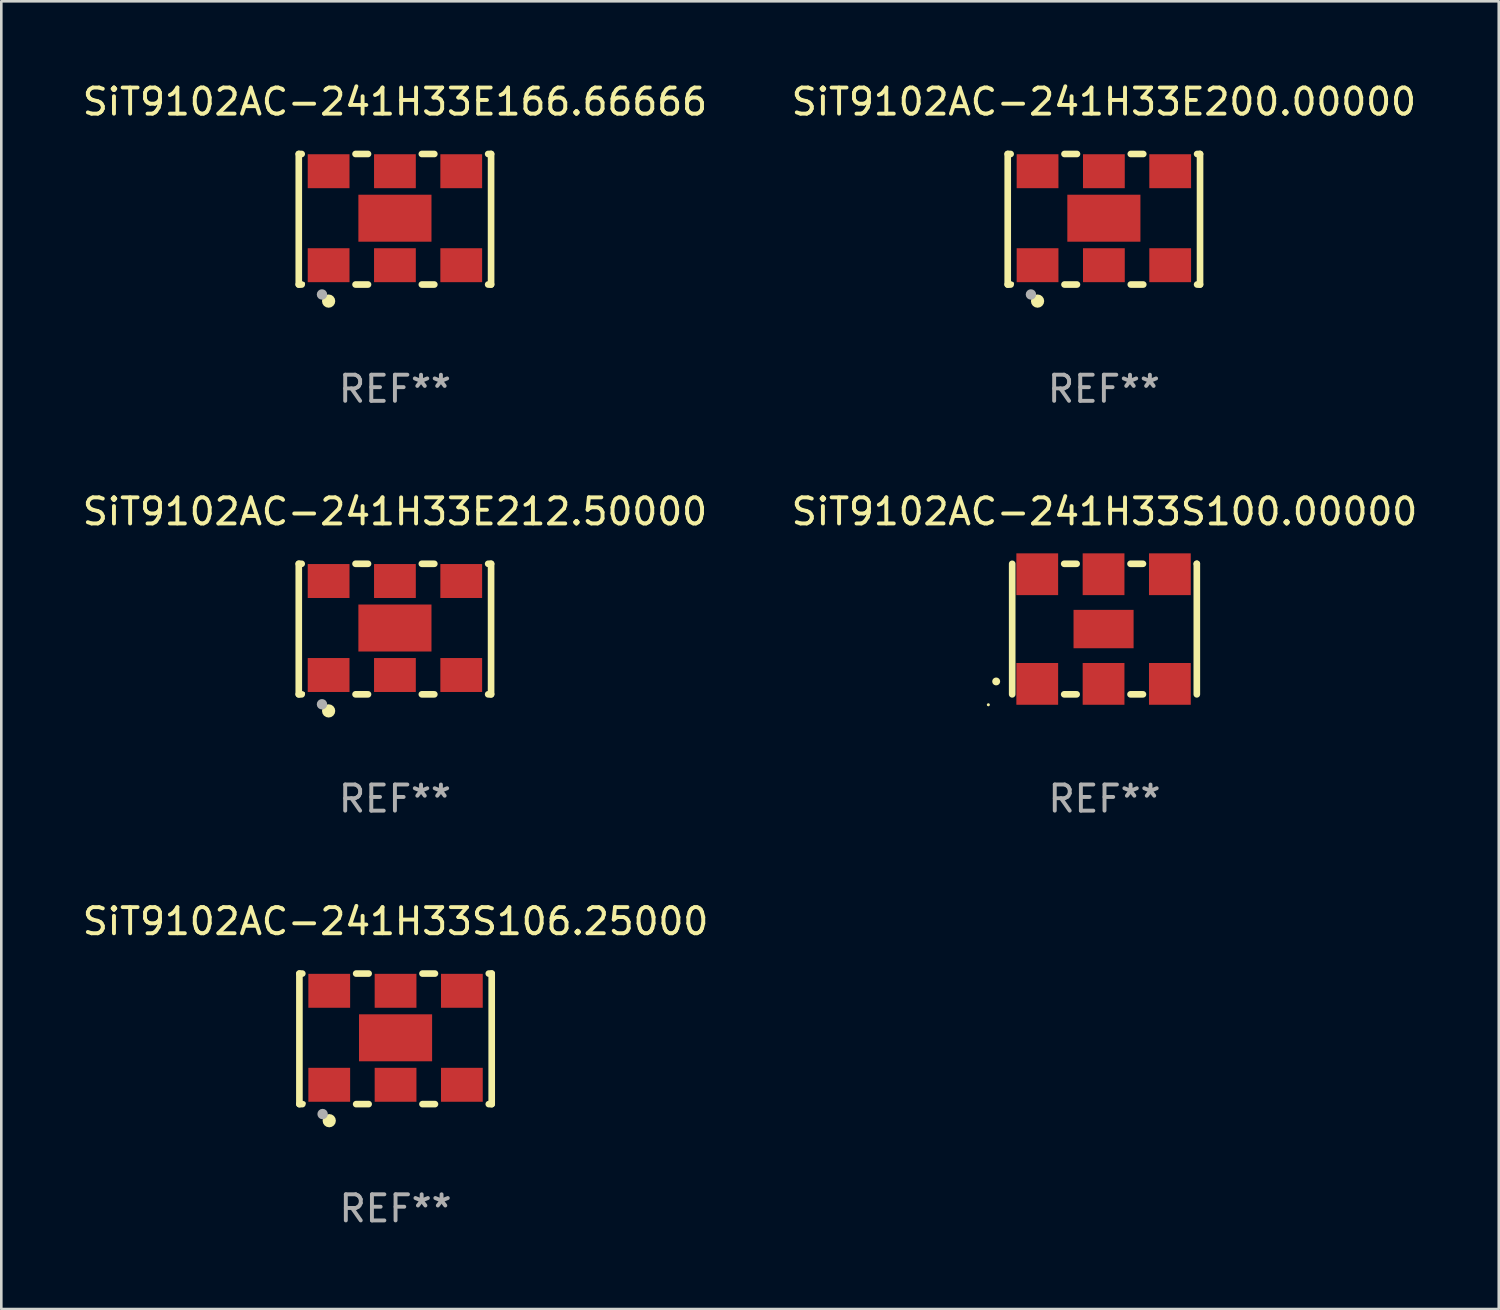
<source format=kicad_pcb>
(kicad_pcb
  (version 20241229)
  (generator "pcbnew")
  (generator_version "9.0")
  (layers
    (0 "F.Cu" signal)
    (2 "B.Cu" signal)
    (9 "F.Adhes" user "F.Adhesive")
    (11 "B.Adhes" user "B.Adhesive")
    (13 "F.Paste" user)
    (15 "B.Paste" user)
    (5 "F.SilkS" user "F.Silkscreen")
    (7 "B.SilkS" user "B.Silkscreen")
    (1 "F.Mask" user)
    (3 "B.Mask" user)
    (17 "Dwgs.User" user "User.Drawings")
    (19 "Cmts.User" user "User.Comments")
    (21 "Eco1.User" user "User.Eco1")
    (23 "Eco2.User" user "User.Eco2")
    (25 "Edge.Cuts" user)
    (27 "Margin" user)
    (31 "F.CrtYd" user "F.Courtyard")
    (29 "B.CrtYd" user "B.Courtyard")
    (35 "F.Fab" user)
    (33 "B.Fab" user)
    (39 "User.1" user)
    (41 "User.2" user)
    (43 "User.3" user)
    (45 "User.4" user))
  (footprint "SiT9102AC-241H33E200.00000"
    (layer "F.Cu")
    (at 39.232 5.348)
    (property "Reference" "SiT9102AC-241H33E200.00000" (at 0 -4.5 0) (layer "F.SilkS") (effects (font (size 1 1) (thickness 0.15))))
    (attr through_hole)
    (fp_line (start -3.683 -2.5) (end -3.571 -2.5) (stroke (width 0.254) (type solid)) (layer "F.SilkS"))
    (fp_line (start -3.683 2.5) (end -3.683 -2.5) (stroke (width 0.254) (type solid)) (layer "F.SilkS"))
    (fp_line (start -3.683 2.5) (end -3.571 2.5) (stroke (width 0.254) (type solid)) (layer "F.SilkS"))
    (fp_line (start -1.509 -2.5) (end -1.031 -2.5) (stroke (width 0.254) (type solid)) (layer "F.SilkS"))
    (fp_line (start -1.509 2.5) (end -1.031 2.5) (stroke (width 0.254) (type solid)) (layer "F.SilkS"))
    (fp_line (start 1.031 -2.5) (end 1.509 -2.5) (stroke (width 0.254) (type solid)) (layer "F.SilkS"))
    (fp_line (start 1.031 2.5) (end 1.509 2.5) (stroke (width 0.254) (type solid)) (layer "F.SilkS"))
    (fp_line (start 3.571 -2.5) (end 3.683 -2.5) (stroke (width 0.254) (type solid)) (layer "F.SilkS"))
    (fp_line (start 3.571 2.5) (end 3.683 2.5) (stroke (width 0.254) (type solid)) (layer "F.SilkS"))
    (fp_line (start 3.683 2.5) (end 3.683 -2.5) (stroke (width 0.254) (type solid)) (layer "F.SilkS"))
    (fp_circle (center -3.5 2.46) (end -3.47 2.46) (stroke (width 0.06) (type solid)) (fill no) (layer "F.SilkS"))
    (fp_circle (center -2.54 3.135) (end -2.413 3.135) (stroke (width 0.254) (type solid)) (fill no) (layer "F.SilkS"))
    (fp_circle (center -2.794 2.881) (end -2.694 2.881) (stroke (width 0.2) (type solid)) (fill no) (layer "F.Fab"))
    (fp_text user "REF**" (at 0 6.5 0) (layer "F.Fab") (effects (font (size 1 1) (thickness 0.15))))
    (pad "1" smd rect (at -2.54 1.76) (size 1.6 1.3) (layers "F.Cu" "F.Mask" "F.Paste"))
    (pad "2" smd rect (at 0 1.76) (size 1.6 1.3) (layers "F.Cu" "F.Mask" "F.Paste"))
    (pad "3" smd rect (at 2.54 1.76) (size 1.6 1.3) (layers "F.Cu" "F.Mask" "F.Paste"))
    (pad "4" smd rect (at 2.54 -1.84) (size 1.6 1.3) (layers "F.Cu" "F.Mask" "F.Paste"))
    (pad "5" smd rect (at 0 -1.84) (size 1.6 1.3) (layers "F.Cu" "F.Mask" "F.Paste"))
    (pad "6" smd rect (at -2.54 -1.84) (size 1.6 1.3) (layers "F.Cu" "F.Mask" "F.Paste"))
    (pad "7" smd rect (at 0 -0.04) (size 2.8 1.8) (layers "F.Cu" "F.Mask" "F.Paste")))
  (footprint "SiT9102AC-241H33S106.25000"
    (layer "F.Cu")
    (at 12.101 36.741)
    (property "Reference" "SiT9102AC-241H33S106.25000" (at 0 -4.5 0) (layer "F.SilkS") (effects (font (size 1 1) (thickness 0.15))))
    (attr through_hole)
    (fp_line (start -3.683 -2.5) (end -3.571 -2.5) (stroke (width 0.254) (type solid)) (layer "F.SilkS"))
    (fp_line (start -3.683 2.5) (end -3.683 -2.5) (stroke (width 0.254) (type solid)) (layer "F.SilkS"))
    (fp_line (start -3.683 2.5) (end -3.571 2.5) (stroke (width 0.254) (type solid)) (layer "F.SilkS"))
    (fp_line (start -1.509 -2.5) (end -1.031 -2.5) (stroke (width 0.254) (type solid)) (layer "F.SilkS"))
    (fp_line (start -1.509 2.5) (end -1.031 2.5) (stroke (width 0.254) (type solid)) (layer "F.SilkS"))
    (fp_line (start 1.031 -2.5) (end 1.509 -2.5) (stroke (width 0.254) (type solid)) (layer "F.SilkS"))
    (fp_line (start 1.031 2.5) (end 1.509 2.5) (stroke (width 0.254) (type solid)) (layer "F.SilkS"))
    (fp_line (start 3.571 -2.5) (end 3.683 -2.5) (stroke (width 0.254) (type solid)) (layer "F.SilkS"))
    (fp_line (start 3.571 2.5) (end 3.683 2.5) (stroke (width 0.254) (type solid)) (layer "F.SilkS"))
    (fp_line (start 3.683 2.5) (end 3.683 -2.5) (stroke (width 0.254) (type solid)) (layer "F.SilkS"))
    (fp_circle (center -3.5 2.46) (end -3.47 2.46) (stroke (width 0.06) (type solid)) (fill no) (layer "F.SilkS"))
    (fp_circle (center -2.54 3.135) (end -2.413 3.135) (stroke (width 0.254) (type solid)) (fill no) (layer "F.SilkS"))
    (fp_circle (center -2.794 2.881) (end -2.694 2.881) (stroke (width 0.2) (type solid)) (fill no) (layer "F.Fab"))
    (fp_text user "REF**" (at 0 6.5 0) (layer "F.Fab") (effects (font (size 1 1) (thickness 0.15))))
    (pad "1" smd rect (at -2.54 1.76) (size 1.6 1.3) (layers "F.Cu" "F.Mask" "F.Paste"))
    (pad "2" smd rect (at 0 1.76) (size 1.6 1.3) (layers "F.Cu" "F.Mask" "F.Paste"))
    (pad "3" smd rect (at 2.54 1.76) (size 1.6 1.3) (layers "F.Cu" "F.Mask" "F.Paste"))
    (pad "4" smd rect (at 2.54 -1.84) (size 1.6 1.3) (layers "F.Cu" "F.Mask" "F.Paste"))
    (pad "5" smd rect (at 0 -1.84) (size 1.6 1.3) (layers "F.Cu" "F.Mask" "F.Paste"))
    (pad "6" smd rect (at -2.54 -1.84) (size 1.6 1.3) (layers "F.Cu" "F.Mask" "F.Paste"))
    (pad "7" smd rect (at 0 -0.04) (size 2.8 1.8) (layers "F.Cu" "F.Mask" "F.Paste")))
  (footprint "SiT9102AC-241H33S100.00000"
    (layer "F.Cu")
    (at 39.256 21.045)
    (property "Reference" "SiT9102AC-241H33S100.00000" (at 0 -4.5 0) (layer "F.SilkS") (effects (font (size 1 1) (thickness 0.15))))
    (attr through_hole)
    (fp_line (start -3.536 -2.5) (end -3.536 2.5) (stroke (width 0.254) (type solid)) (layer "F.SilkS"))
    (fp_line (start -1.544 2.5) (end -1.067 2.5) (stroke (width 0.254) (type solid)) (layer "F.SilkS"))
    (fp_line (start -1.067 -2.5) (end -1.544 -2.5) (stroke (width 0.254) (type solid)) (layer "F.SilkS"))
    (fp_line (start 0.996 2.5) (end 1.473 2.5) (stroke (width 0.254) (type solid)) (layer "F.SilkS"))
    (fp_line (start 1.473 -2.5) (end 0.996 -2.5) (stroke (width 0.254) (type solid)) (layer "F.SilkS"))
    (fp_line (start 3.536 -2.5) (end 3.536 -2.5) (stroke (width 0.254) (type solid)) (layer "F.SilkS"))
    (fp_line (start 3.536 2.5) (end 3.536 -2.5) (stroke (width 0.254) (type solid)) (layer "F.SilkS"))
    (fp_arc (start -4.150432 2.006604) (mid -4.149162 2.006599) (end -4.147892 2.006604) (stroke (width 0.3) (type solid)) (layer "F.SilkS"))
    (fp_circle (center -4.449 2.9) (end -4.419 2.9) (stroke (width 0.06) (type solid)) (fill no) (layer "F.SilkS"))
    (fp_text user "REF**" (at 0 6.5 0) (layer "F.Fab") (effects (font (size 1 1) (thickness 0.15))))
    (pad "1" smd rect (at -2.576 2.1) (size 1.6 1.6) (layers "F.Cu" "F.Mask" "F.Paste"))
    (pad "2" smd rect (at -0.036 2.1) (size 1.6 1.6) (layers "F.Cu" "F.Mask" "F.Paste"))
    (pad "3" smd rect (at 2.504 2.1) (size 1.6 1.6) (layers "F.Cu" "F.Mask" "F.Paste"))
    (pad "4" smd rect (at 2.504 -2.1) (size 1.6 1.6) (layers "F.Cu" "F.Mask" "F.Paste"))
    (pad "5" smd rect (at -0.036 -2.1) (size 1.6 1.6) (layers "F.Cu" "F.Mask" "F.Paste"))
    (pad "6" smd rect (at -2.576 -2.1) (size 1.6 1.6) (layers "F.Cu" "F.Mask" "F.Paste"))
    (pad "7" smd rect (at -0.036 0) (size 2.3 1.47) (layers "F.Cu" "F.Mask" "F.Paste")))
  (footprint "SiT9102AC-241H33E212.50000"
    (layer "F.Cu")
    (at 12.077 21.045)
    (property "Reference" "SiT9102AC-241H33E212.50000" (at 0 -4.5 0) (layer "F.SilkS") (effects (font (size 1 1) (thickness 0.15))))
    (attr through_hole)
    (fp_line (start -3.683 -2.5) (end -3.571 -2.5) (stroke (width 0.254) (type solid)) (layer "F.SilkS"))
    (fp_line (start -3.683 2.5) (end -3.683 -2.5) (stroke (width 0.254) (type solid)) (layer "F.SilkS"))
    (fp_line (start -3.683 2.5) (end -3.571 2.5) (stroke (width 0.254) (type solid)) (layer "F.SilkS"))
    (fp_line (start -1.509 -2.5) (end -1.031 -2.5) (stroke (width 0.254) (type solid)) (layer "F.SilkS"))
    (fp_line (start -1.509 2.5) (end -1.031 2.5) (stroke (width 0.254) (type solid)) (layer "F.SilkS"))
    (fp_line (start 1.031 -2.5) (end 1.509 -2.5) (stroke (width 0.254) (type solid)) (layer "F.SilkS"))
    (fp_line (start 1.031 2.5) (end 1.509 2.5) (stroke (width 0.254) (type solid)) (layer "F.SilkS"))
    (fp_line (start 3.571 -2.5) (end 3.683 -2.5) (stroke (width 0.254) (type solid)) (layer "F.SilkS"))
    (fp_line (start 3.571 2.5) (end 3.683 2.5) (stroke (width 0.254) (type solid)) (layer "F.SilkS"))
    (fp_line (start 3.683 2.5) (end 3.683 -2.5) (stroke (width 0.254) (type solid)) (layer "F.SilkS"))
    (fp_circle (center -3.5 2.46) (end -3.47 2.46) (stroke (width 0.06) (type solid)) (fill no) (layer "F.SilkS"))
    (fp_circle (center -2.54 3.135) (end -2.413 3.135) (stroke (width 0.254) (type solid)) (fill no) (layer "F.SilkS"))
    (fp_circle (center -2.794 2.881) (end -2.694 2.881) (stroke (width 0.2) (type solid)) (fill no) (layer "F.Fab"))
    (fp_text user "REF**" (at 0 6.5 0) (layer "F.Fab") (effects (font (size 1 1) (thickness 0.15))))
    (pad "1" smd rect (at -2.54 1.76) (size 1.6 1.3) (layers "F.Cu" "F.Mask" "F.Paste"))
    (pad "2" smd rect (at 0 1.76) (size 1.6 1.3) (layers "F.Cu" "F.Mask" "F.Paste"))
    (pad "3" smd rect (at 2.54 1.76) (size 1.6 1.3) (layers "F.Cu" "F.Mask" "F.Paste"))
    (pad "4" smd rect (at 2.54 -1.84) (size 1.6 1.3) (layers "F.Cu" "F.Mask" "F.Paste"))
    (pad "5" smd rect (at 0 -1.84) (size 1.6 1.3) (layers "F.Cu" "F.Mask" "F.Paste"))
    (pad "6" smd rect (at -2.54 -1.84) (size 1.6 1.3) (layers "F.Cu" "F.Mask" "F.Paste"))
    (pad "7" smd rect (at 0 -0.04) (size 2.8 1.8) (layers "F.Cu" "F.Mask" "F.Paste")))
  (footprint "SiT9102AC-241H33E166.66666"
    (layer "F.Cu")
    (at 12.077 5.348)
    (property "Reference" "SiT9102AC-241H33E166.66666" (at 0 -4.5 0) (layer "F.SilkS") (effects (font (size 1 1) (thickness 0.15))))
    (attr through_hole)
    (fp_line (start -3.683 -2.5) (end -3.571 -2.5) (stroke (width 0.254) (type solid)) (layer "F.SilkS"))
    (fp_line (start -3.683 2.5) (end -3.683 -2.5) (stroke (width 0.254) (type solid)) (layer "F.SilkS"))
    (fp_line (start -3.683 2.5) (end -3.571 2.5) (stroke (width 0.254) (type solid)) (layer "F.SilkS"))
    (fp_line (start -1.509 -2.5) (end -1.031 -2.5) (stroke (width 0.254) (type solid)) (layer "F.SilkS"))
    (fp_line (start -1.509 2.5) (end -1.031 2.5) (stroke (width 0.254) (type solid)) (layer "F.SilkS"))
    (fp_line (start 1.031 -2.5) (end 1.509 -2.5) (stroke (width 0.254) (type solid)) (layer "F.SilkS"))
    (fp_line (start 1.031 2.5) (end 1.509 2.5) (stroke (width 0.254) (type solid)) (layer "F.SilkS"))
    (fp_line (start 3.571 -2.5) (end 3.683 -2.5) (stroke (width 0.254) (type solid)) (layer "F.SilkS"))
    (fp_line (start 3.571 2.5) (end 3.683 2.5) (stroke (width 0.254) (type solid)) (layer "F.SilkS"))
    (fp_line (start 3.683 2.5) (end 3.683 -2.5) (stroke (width 0.254) (type solid)) (layer "F.SilkS"))
    (fp_circle (center -3.5 2.46) (end -3.47 2.46) (stroke (width 0.06) (type solid)) (fill no) (layer "F.SilkS"))
    (fp_circle (center -2.54 3.135) (end -2.413 3.135) (stroke (width 0.254) (type solid)) (fill no) (layer "F.SilkS"))
    (fp_circle (center -2.794 2.881) (end -2.694 2.881) (stroke (width 0.2) (type solid)) (fill no) (layer "F.Fab"))
    (fp_text user "REF**" (at 0 6.5 0) (layer "F.Fab") (effects (font (size 1 1) (thickness 0.15))))
    (pad "1" smd rect (at -2.54 1.76) (size 1.6 1.3) (layers "F.Cu" "F.Mask" "F.Paste"))
    (pad "2" smd rect (at 0 1.76) (size 1.6 1.3) (layers "F.Cu" "F.Mask" "F.Paste"))
    (pad "3" smd rect (at 2.54 1.76) (size 1.6 1.3) (layers "F.Cu" "F.Mask" "F.Paste"))
    (pad "4" smd rect (at 2.54 -1.84) (size 1.6 1.3) (layers "F.Cu" "F.Mask" "F.Paste"))
    (pad "5" smd rect (at 0 -1.84) (size 1.6 1.3) (layers "F.Cu" "F.Mask" "F.Paste"))
    (pad "6" smd rect (at -2.54 -1.84) (size 1.6 1.3) (layers "F.Cu" "F.Mask" "F.Paste"))
    (pad "7" smd rect (at 0 -0.04) (size 2.8 1.8) (layers "F.Cu" "F.Mask" "F.Paste")))
  (gr_rect
    (start -3 -3)
    (end 54.357 47.09)
    (stroke (width 0.1) (type default))
    (fill no)
    (layer "Edge.Cuts")))
</source>
